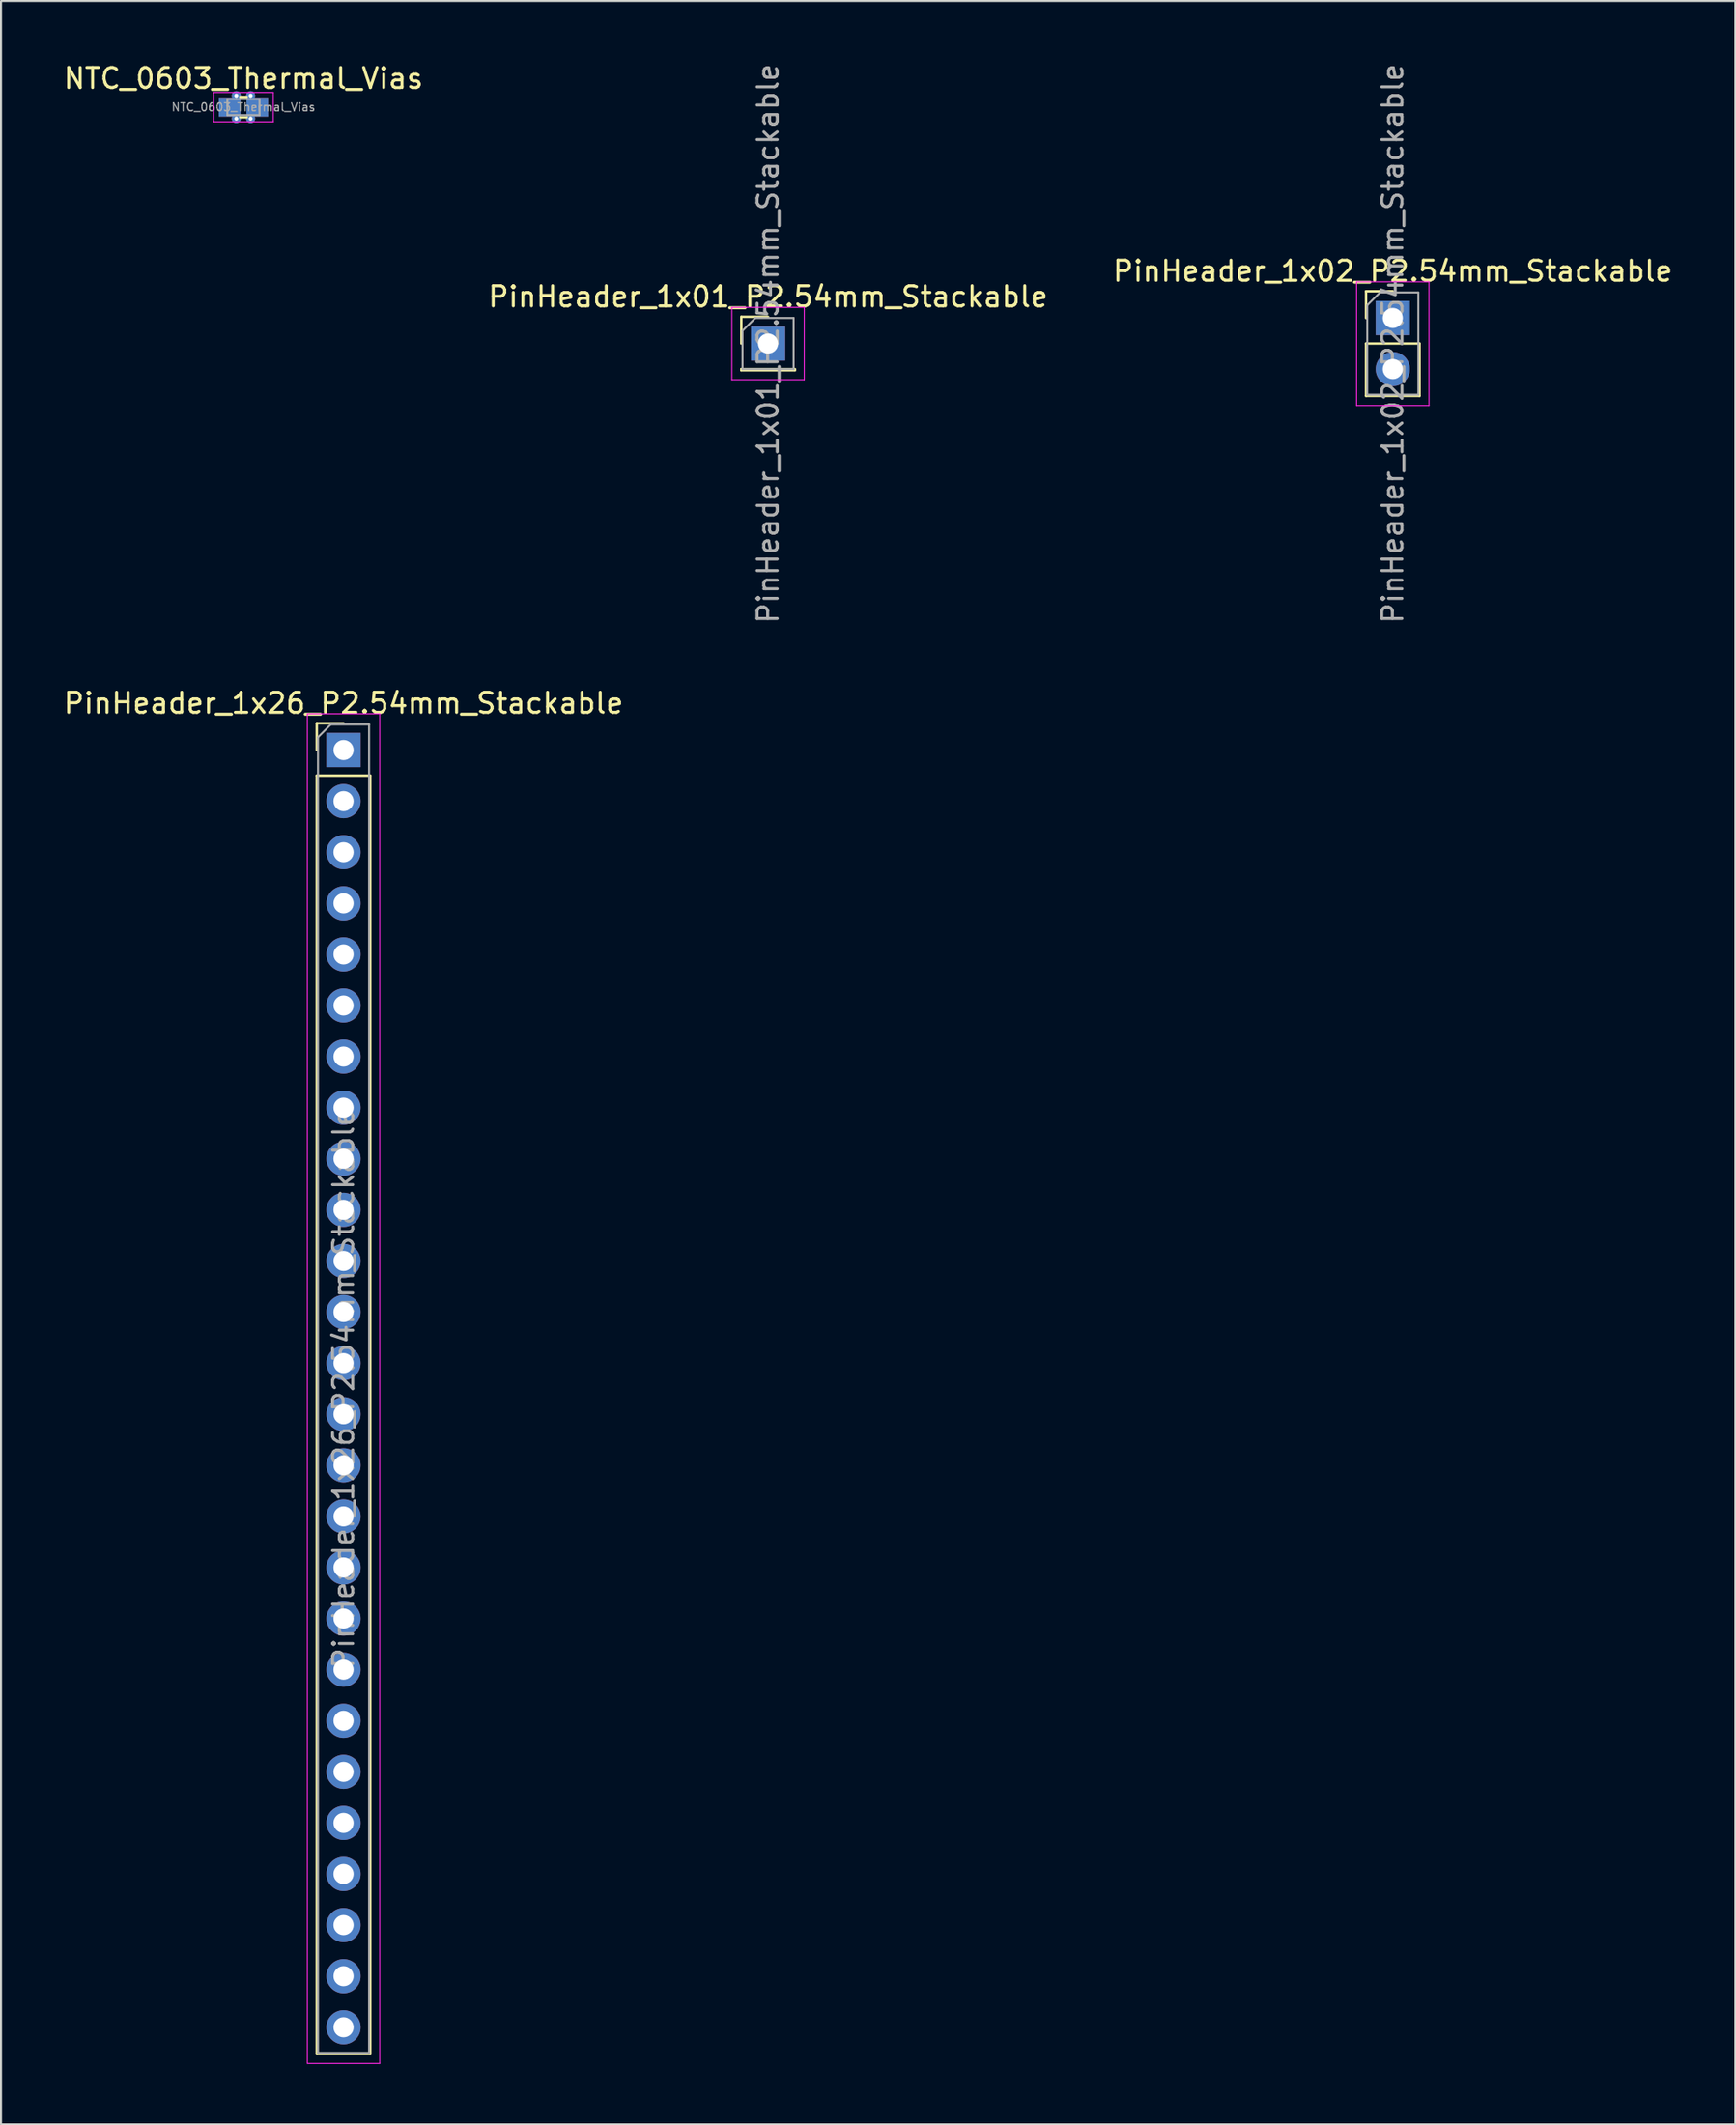
<source format=kicad_pcb>
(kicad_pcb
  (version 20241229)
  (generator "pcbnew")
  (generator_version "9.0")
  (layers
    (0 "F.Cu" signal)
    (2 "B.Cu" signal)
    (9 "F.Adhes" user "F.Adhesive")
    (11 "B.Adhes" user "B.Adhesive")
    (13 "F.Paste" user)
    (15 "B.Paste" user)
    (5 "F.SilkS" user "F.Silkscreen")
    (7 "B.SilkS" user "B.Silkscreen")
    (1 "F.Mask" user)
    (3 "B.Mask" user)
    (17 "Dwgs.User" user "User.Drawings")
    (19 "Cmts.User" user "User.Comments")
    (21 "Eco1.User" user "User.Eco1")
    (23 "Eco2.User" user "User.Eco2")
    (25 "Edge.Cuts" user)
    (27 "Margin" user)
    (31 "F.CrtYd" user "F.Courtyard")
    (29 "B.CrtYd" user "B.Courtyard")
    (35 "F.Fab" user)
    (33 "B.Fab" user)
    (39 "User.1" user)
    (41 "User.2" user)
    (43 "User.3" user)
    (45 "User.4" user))
  (footprint "PinHeader_1x02_P2.54mm_Stackable"
    (layer "F.Cu")
    (at 66.196 12.76)
    (property "Reference" "PinHeader_1x02_P2.54mm_Stackable" (at 0 -2.33 0) (layer "F.SilkS") (effects (font (size 1 1) (thickness 0.15))))
    (attr through_hole)
    (fp_line (start -1.33 -1.33) (end 0 -1.33) (stroke (width 0.12) (type solid)) (layer "F.SilkS"))
    (fp_line (start -1.33 0) (end -1.33 -1.33) (stroke (width 0.12) (type solid)) (layer "F.SilkS"))
    (fp_line (start -1.33 1.27) (end -1.33 3.87) (stroke (width 0.12) (type solid)) (layer "F.SilkS"))
    (fp_line (start -1.33 1.27) (end 1.33 1.27) (stroke (width 0.12) (type solid)) (layer "F.SilkS"))
    (fp_line (start -1.33 3.87) (end 1.33 3.87) (stroke (width 0.12) (type solid)) (layer "F.SilkS"))
    (fp_line (start 1.33 1.27) (end 1.33 3.87) (stroke (width 0.12) (type solid)) (layer "F.SilkS"))
    (fp_line (start -1.8 -1.8) (end -1.8 4.35) (stroke (width 0.05) (type solid)) (layer "F.CrtYd"))
    (fp_line (start -1.8 4.35) (end 1.8 4.35) (stroke (width 0.05) (type solid)) (layer "F.CrtYd"))
    (fp_line (start 1.8 -1.8) (end -1.8 -1.8) (stroke (width 0.05) (type solid)) (layer "F.CrtYd"))
    (fp_line (start 1.8 4.35) (end 1.8 -1.8) (stroke (width 0.05) (type solid)) (layer "F.CrtYd"))
    (fp_line (start -1.27 -0.635) (end -0.635 -1.27) (stroke (width 0.1) (type solid)) (layer "F.Fab"))
    (fp_line (start -1.27 3.81) (end -1.27 -0.635) (stroke (width 0.1) (type solid)) (layer "F.Fab"))
    (fp_line (start -0.635 -1.27) (end 1.27 -1.27) (stroke (width 0.1) (type solid)) (layer "F.Fab"))
    (fp_line (start 1.27 -1.27) (end 1.27 3.81) (stroke (width 0.1) (type solid)) (layer "F.Fab"))
    (fp_line (start 1.27 3.81) (end -1.27 3.81) (stroke (width 0.1) (type solid)) (layer "F.Fab"))
    (fp_text user "${REFERENCE}" (at 0 1.27 90) (layer "F.Fab") (effects (font (size 1 1) (thickness 0.15))))
    (pad "1" thru_hole rect (at 0 0) (size 1.7 1.7) (drill 1) (layers "*.Cu" "*.Mask"))
    (pad "2" thru_hole oval (at 0 2.54) (size 1.7 1.7) (drill 1) (layers "*.Cu" "*.Mask")))
  (footprint "PinHeader_1x26_P2.54mm_Stackable"
    (layer "F.Cu")
    (at 14.03 34.238)
    (property "Reference" "PinHeader_1x26_P2.54mm_Stackable" (at 0 -2.33 0) (layer "F.SilkS") (effects (font (size 1 1) (thickness 0.15))))
    (attr through_hole)
    (fp_line (start -1.33 -1.33) (end 0 -1.33) (stroke (width 0.12) (type solid)) (layer "F.SilkS"))
    (fp_line (start -1.33 0) (end -1.33 -1.33) (stroke (width 0.12) (type solid)) (layer "F.SilkS"))
    (fp_line (start -1.33 1.27) (end -1.33 64.83) (stroke (width 0.12) (type solid)) (layer "F.SilkS"))
    (fp_line (start -1.33 1.27) (end 1.33 1.27) (stroke (width 0.12) (type solid)) (layer "F.SilkS"))
    (fp_line (start -1.33 64.83) (end 1.33 64.83) (stroke (width 0.12) (type solid)) (layer "F.SilkS"))
    (fp_line (start 1.33 1.27) (end 1.33 64.83) (stroke (width 0.12) (type solid)) (layer "F.SilkS"))
    (fp_line (start -1.8 -1.8) (end -1.8 65.3) (stroke (width 0.05) (type solid)) (layer "F.CrtYd"))
    (fp_line (start -1.8 65.3) (end 1.8 65.3) (stroke (width 0.05) (type solid)) (layer "F.CrtYd"))
    (fp_line (start 1.8 -1.8) (end -1.8 -1.8) (stroke (width 0.05) (type solid)) (layer "F.CrtYd"))
    (fp_line (start 1.8 65.3) (end 1.8 -1.8) (stroke (width 0.05) (type solid)) (layer "F.CrtYd"))
    (fp_line (start -1.27 -0.635) (end -0.635 -1.27) (stroke (width 0.1) (type solid)) (layer "F.Fab"))
    (fp_line (start -1.27 64.77) (end -1.27 -0.635) (stroke (width 0.1) (type solid)) (layer "F.Fab"))
    (fp_line (start -0.635 -1.27) (end 1.27 -1.27) (stroke (width 0.1) (type solid)) (layer "F.Fab"))
    (fp_line (start 1.27 -1.27) (end 1.27 64.77) (stroke (width 0.1) (type solid)) (layer "F.Fab"))
    (fp_line (start 1.27 64.77) (end -1.27 64.77) (stroke (width 0.1) (type solid)) (layer "F.Fab"))
    (fp_text user "${REFERENCE}" (at 0 31.75 90) (layer "F.Fab") (effects (font (size 1 1) (thickness 0.15))))
    (pad "1" thru_hole rect (at 0 0) (size 1.7 1.7) (drill 1) (layers "*.Cu" "*.Mask"))
    (pad "2" thru_hole oval (at 0 2.54) (size 1.7 1.7) (drill 1) (layers "*.Cu" "*.Mask"))
    (pad "3" thru_hole oval (at 0 5.08) (size 1.7 1.7) (drill 1) (layers "*.Cu" "*.Mask"))
    (pad "4" thru_hole oval (at 0 7.62) (size 1.7 1.7) (drill 1) (layers "*.Cu" "*.Mask"))
    (pad "5" thru_hole oval (at 0 10.16) (size 1.7 1.7) (drill 1) (layers "*.Cu" "*.Mask"))
    (pad "6" thru_hole oval (at 0 12.7) (size 1.7 1.7) (drill 1) (layers "*.Cu" "*.Mask"))
    (pad "7" thru_hole oval (at 0 15.24) (size 1.7 1.7) (drill 1) (layers "*.Cu" "*.Mask"))
    (pad "8" thru_hole oval (at 0 17.78) (size 1.7 1.7) (drill 1) (layers "*.Cu" "*.Mask"))
    (pad "9" thru_hole oval (at 0 20.32) (size 1.7 1.7) (drill 1) (layers "*.Cu" "*.Mask"))
    (pad "10" thru_hole oval (at 0 22.86) (size 1.7 1.7) (drill 1) (layers "*.Cu" "*.Mask"))
    (pad "11" thru_hole oval (at 0 25.4) (size 1.7 1.7) (drill 1) (layers "*.Cu" "*.Mask"))
    (pad "12" thru_hole oval (at 0 27.94) (size 1.7 1.7) (drill 1) (layers "*.Cu" "*.Mask"))
    (pad "13" thru_hole oval (at 0 30.48) (size 1.7 1.7) (drill 1) (layers "*.Cu" "*.Mask"))
    (pad "14" thru_hole oval (at 0 33.02) (size 1.7 1.7) (drill 1) (layers "*.Cu" "*.Mask"))
    (pad "15" thru_hole oval (at 0 35.56) (size 1.7 1.7) (drill 1) (layers "*.Cu" "*.Mask"))
    (pad "16" thru_hole oval (at 0 38.1) (size 1.7 1.7) (drill 1) (layers "*.Cu" "*.Mask"))
    (pad "17" thru_hole oval (at 0 40.64) (size 1.7 1.7) (drill 1) (layers "*.Cu" "*.Mask"))
    (pad "18" thru_hole oval (at 0 43.18) (size 1.7 1.7) (drill 1) (layers "*.Cu" "*.Mask"))
    (pad "19" thru_hole oval (at 0 45.72) (size 1.7 1.7) (drill 1) (layers "*.Cu" "*.Mask"))
    (pad "20" thru_hole oval (at 0 48.26) (size 1.7 1.7) (drill 1) (layers "*.Cu" "*.Mask"))
    (pad "21" thru_hole oval (at 0 50.8) (size 1.7 1.7) (drill 1) (layers "*.Cu" "*.Mask"))
    (pad "22" thru_hole oval (at 0 53.34) (size 1.7 1.7) (drill 1) (layers "*.Cu" "*.Mask"))
    (pad "23" thru_hole oval (at 0 55.88) (size 1.7 1.7) (drill 1) (layers "*.Cu" "*.Mask"))
    (pad "24" thru_hole oval (at 0 58.42) (size 1.7 1.7) (drill 1) (layers "*.Cu" "*.Mask"))
    (pad "25" thru_hole oval (at 0 60.96) (size 1.7 1.7) (drill 1) (layers "*.Cu" "*.Mask"))
    (pad "26" thru_hole oval (at 0 63.5) (size 1.7 1.7) (drill 1) (layers "*.Cu" "*.Mask")))
  (footprint "PinHeader_1x01_P2.54mm_Stackable"
    (layer "F.Cu")
    (at 35.137 14.03)
    (property "Reference" "PinHeader_1x01_P2.54mm_Stackable" (at 0 -2.33 0) (layer "F.SilkS") (effects (font (size 1 1) (thickness 0.15))))
    (attr through_hole)
    (fp_line (start -1.33 -1.33) (end 0 -1.33) (stroke (width 0.12) (type solid)) (layer "F.SilkS"))
    (fp_line (start -1.33 0) (end -1.33 -1.33) (stroke (width 0.12) (type solid)) (layer "F.SilkS"))
    (fp_line (start -1.33 1.27) (end -1.33 1.33) (stroke (width 0.12) (type solid)) (layer "F.SilkS"))
    (fp_line (start -1.33 1.27) (end 1.33 1.27) (stroke (width 0.12) (type solid)) (layer "F.SilkS"))
    (fp_line (start -1.33 1.33) (end 1.33 1.33) (stroke (width 0.12) (type solid)) (layer "F.SilkS"))
    (fp_line (start 1.33 1.27) (end 1.33 1.33) (stroke (width 0.12) (type solid)) (layer "F.SilkS"))
    (fp_line (start -1.8 -1.8) (end -1.8 1.8) (stroke (width 0.05) (type solid)) (layer "F.CrtYd"))
    (fp_line (start -1.8 1.8) (end 1.8 1.8) (stroke (width 0.05) (type solid)) (layer "F.CrtYd"))
    (fp_line (start 1.8 -1.8) (end -1.8 -1.8) (stroke (width 0.05) (type solid)) (layer "F.CrtYd"))
    (fp_line (start 1.8 1.8) (end 1.8 -1.8) (stroke (width 0.05) (type solid)) (layer "F.CrtYd"))
    (fp_line (start -1.27 -0.635) (end -0.635 -1.27) (stroke (width 0.1) (type solid)) (layer "F.Fab"))
    (fp_line (start -1.27 1.27) (end -1.27 -0.635) (stroke (width 0.1) (type solid)) (layer "F.Fab"))
    (fp_line (start -0.635 -1.27) (end 1.27 -1.27) (stroke (width 0.1) (type solid)) (layer "F.Fab"))
    (fp_line (start 1.27 -1.27) (end 1.27 1.27) (stroke (width 0.1) (type solid)) (layer "F.Fab"))
    (fp_line (start 1.27 1.27) (end -1.27 1.27) (stroke (width 0.1) (type solid)) (layer "F.Fab"))
    (fp_text user "${REFERENCE}" (at 0 0 90) (layer "F.Fab") (effects (font (size 1 1) (thickness 0.15))))
    (pad "1" thru_hole rect (at 0 0) (size 1.7 1.7) (drill 1) (layers "*.Cu" "*.Mask")))
  (footprint "NTC_0603_Thermal_Vias"
    (layer "F.Cu")
    (at 9.054 2.278)
    (property "Reference" "NTC_0603_Thermal_Vias" (at 0 -1.43 0) (layer "F.SilkS") (effects (font (size 1 1) (thickness 0.15))))
    (attr smd)
    (fp_poly (pts (xy -0.531 0.325) (xy -1.074 0.325) (xy -1.074 -0.323) (xy -0.531 -0.323)) (stroke (width 0.3) (type solid)) (fill yes) (layer "F.Mask"))
    (fp_poly (pts (xy 1.072 0.325) (xy 0.528 0.325) (xy 0.528 -0.323) (xy 1.072 -0.323)) (stroke (width 0.3) (type solid)) (fill yes) (layer "F.Mask"))
    (fp_poly (pts (xy 0.152 0.47) (xy -0.15 0.47) (xy -0.15 -0.475) (xy 0.152 -0.475)) (stroke (width 0.01) (type solid)) (fill yes) (layer "B.Mask"))
    (fp_line (start -0.163 -0.51) (end 0.163 -0.51) (stroke (width 0.12) (type solid)) (layer "F.SilkS"))
    (fp_line (start -0.163 0.51) (end 0.163 0.51) (stroke (width 0.12) (type solid)) (layer "F.SilkS"))
    (fp_poly (pts (xy -0.531 0.325) (xy -1.074 0.325) (xy -1.074 -0.323) (xy -0.531 -0.323)) (stroke (width 0.3) (type solid)) (fill yes) (layer "F.Paste"))
    (fp_poly (pts (xy 1.072 0.323) (xy 0.528 0.323) (xy 0.528 -0.325) (xy 1.072 -0.325)) (stroke (width 0.3) (type solid)) (fill yes) (layer "F.Paste"))
    (fp_line (start -1.48 -0.73) (end 1.48 -0.73) (stroke (width 0.05) (type solid)) (layer "F.CrtYd"))
    (fp_line (start -1.48 0.73) (end -1.48 -0.73) (stroke (width 0.05) (type solid)) (layer "F.CrtYd"))
    (fp_line (start 1.48 -0.73) (end 1.48 0.73) (stroke (width 0.05) (type solid)) (layer "F.CrtYd"))
    (fp_line (start 1.48 0.73) (end -1.48 0.73) (stroke (width 0.05) (type solid)) (layer "F.CrtYd"))
    (fp_line (start -0.8 -0.4) (end 0.8 -0.4) (stroke (width 0.1) (type solid)) (layer "F.Fab"))
    (fp_line (start -0.8 0.4) (end -0.8 -0.4) (stroke (width 0.1) (type solid)) (layer "F.Fab"))
    (fp_line (start 0.8 -0.4) (end 0.8 0.4) (stroke (width 0.1) (type solid)) (layer "F.Fab"))
    (fp_line (start 0.8 0.4) (end -0.8 0.4) (stroke (width 0.1) (type solid)) (layer "F.Fab"))
    (fp_text user "${REFERENCE}" (at 0 0 0) (layer "F.Fab") (effects (font (size 0.4 0.4) (thickness 0.06))))
    (pad "1" smd rect (at -0.688 0) (size 1.075 0.95) (layers "F.Cu"))
    (pad "1" smd rect (at -0.688 0) (size 1.075 0.95) (layers "B.Cu" "B.Mask"))
    (pad "1" thru_hole circle (at -0.356 -0.572) (size 0.45 0.45) (drill 0.2) (layers "*.Cu"))
    (pad "1" thru_hole circle (at -0.356 0.572) (size 0.45 0.45) (drill 0.2) (layers "*.Cu"))
    (pad "2" thru_hole circle (at 0.356 -0.572) (size 0.45 0.45) (drill 0.2) (layers "*.Cu"))
    (pad "2" thru_hole circle (at 0.356 0.572) (size 0.45 0.45) (drill 0.2) (layers "*.Cu"))
    (pad "2" smd rect (at 0.688 0) (size 1.075 0.95) (layers "F.Cu"))
    (pad "2" smd rect (at 0.688 0) (size 1.075 0.95) (layers "B.Cu" "B.Mask")))
  (gr_rect
    (start -3 -3)
    (end 83.226 102.563)
    (stroke (width 0.1) (type default))
    (fill no)
    (layer "Edge.Cuts")))
</source>
